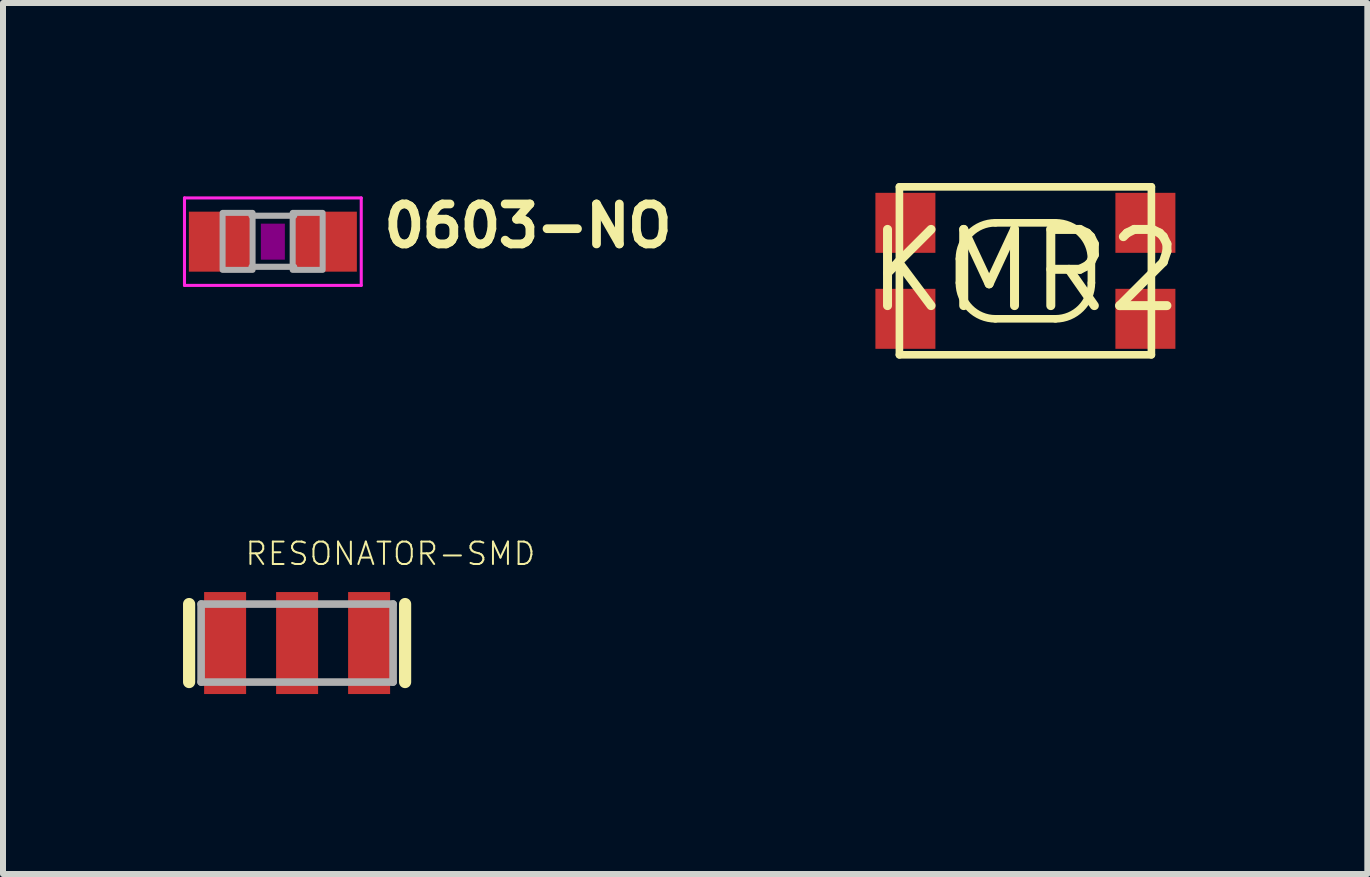
<source format=kicad_pcb>
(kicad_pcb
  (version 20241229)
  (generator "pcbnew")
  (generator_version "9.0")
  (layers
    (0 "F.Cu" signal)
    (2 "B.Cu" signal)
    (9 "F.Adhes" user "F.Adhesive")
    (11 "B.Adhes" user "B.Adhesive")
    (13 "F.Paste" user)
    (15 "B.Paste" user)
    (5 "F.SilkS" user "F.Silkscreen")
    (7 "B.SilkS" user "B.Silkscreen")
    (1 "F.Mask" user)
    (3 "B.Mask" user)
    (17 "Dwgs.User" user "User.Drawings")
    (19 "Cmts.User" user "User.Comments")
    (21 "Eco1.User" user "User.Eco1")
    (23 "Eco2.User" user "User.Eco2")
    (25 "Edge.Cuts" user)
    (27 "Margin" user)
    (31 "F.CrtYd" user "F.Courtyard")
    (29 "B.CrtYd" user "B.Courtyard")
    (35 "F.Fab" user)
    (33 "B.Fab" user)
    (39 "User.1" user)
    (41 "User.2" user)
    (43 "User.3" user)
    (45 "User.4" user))
  (footprint "KMR2"
    (layer "F.Cu")
    (at 14.041 1.464)
    (property "Reference" "KMR2" (at 0 0 0) (layer "F.SilkS") (effects (font (size 1.27 1.27) (thickness 0.15))))
    (fp_line (start -2.1 -1.4) (end 2.1 -1.4) (stroke (width 0.127) (type solid)) (layer "F.SilkS"))
    (fp_line (start -2.1 1.4) (end -2.1 -1.4) (stroke (width 0.127) (type solid)) (layer "F.SilkS"))
    (fp_line (start -1.1 0.2) (end -1.1 -0.2) (stroke (width 0.127) (type solid)) (layer "F.SilkS"))
    (fp_line (start -0.5 -0.8) (end 0.5 -0.8) (stroke (width 0.127) (type solid)) (layer "F.SilkS"))
    (fp_line (start 0.5 0.8) (end -0.5 0.8) (stroke (width 0.127) (type solid)) (layer "F.SilkS"))
    (fp_line (start 1.1 -0.2) (end 1.1 0.2) (stroke (width 0.127) (type solid)) (layer "F.SilkS"))
    (fp_line (start 2.1 -1.4) (end 2.1 1.4) (stroke (width 0.127) (type solid)) (layer "F.SilkS"))
    (fp_line (start 2.1 1.4) (end -2.1 1.4) (stroke (width 0.127) (type solid)) (layer "F.SilkS"))
    (fp_arc (start -1.1 -0.2) (mid -0.924263 -0.624264) (end -0.499998 -0.8) (stroke (width 0.127) (type solid)) (layer "F.SilkS"))
    (fp_arc (start -0.5 0.8) (mid -0.924264 0.624263) (end -1.1 0.199998) (stroke (width 0.127) (type solid)) (layer "F.SilkS"))
    (fp_arc (start 0.5 -0.8) (mid 0.924264 -0.624263) (end 1.1 -0.199998) (stroke (width 0.127) (type solid)) (layer "F.SilkS"))
    (fp_arc (start 1.1 0.2) (mid 0.924263 0.624264) (end 0.499998 0.8) (stroke (width 0.127) (type solid)) (layer "F.SilkS"))
    (pad "1" smd rect (at 2 -0.8) (size 1 1) (layers "F.Cu" "F.Mask" "F.Paste"))
    (pad "2" smd rect (at 2 0.8) (size 1 1) (layers "F.Cu" "F.Mask" "F.Paste"))
    (pad "3" smd rect (at -2 -0.8) (size 1 1) (layers "F.Cu" "F.Mask" "F.Paste"))
    (pad "4" smd rect (at -2 0.8) (size 1 1) (layers "F.Cu" "F.Mask" "F.Paste")))
  (footprint "0603-NO"
    (layer "F.Cu")
    (at 1.498 0.978)
    (property "Reference" "0603-NO" (at 1.778 0.127 0) (unlocked yes) (layer "F.SilkS") (effects (font (size 0.666 0.666) (thickness 0.146)) (justify left bottom)))
    (fp_poly (pts (xy -0.2 0.3) (xy 0.2 0.3) (xy 0.2 -0.3) (xy -0.2 -0.3)) (stroke (width 0) (type default)) (fill yes) (layer "F.Adhes"))
    (fp_line (start -1.473 -0.729) (end 1.473 -0.729) (stroke (width 0.051) (type solid)) (layer "F.CrtYd"))
    (fp_line (start -1.473 0.729) (end -1.473 -0.729) (stroke (width 0.051) (type solid)) (layer "F.CrtYd"))
    (fp_line (start 1.473 -0.729) (end 1.473 0.729) (stroke (width 0.051) (type solid)) (layer "F.CrtYd"))
    (fp_line (start 1.473 0.729) (end -1.473 0.729) (stroke (width 0.051) (type solid)) (layer "F.CrtYd"))
    (fp_line (start -0.356 -0.432) (end 0.356 -0.432) (stroke (width 0.102) (type solid)) (layer "F.Fab"))
    (fp_line (start -0.356 0.419) (end 0.356 0.419) (stroke (width 0.102) (type solid)) (layer "F.Fab"))
    (fp_poly (pts (xy -0.838 0.47) (xy -0.338 0.47) (xy -0.338 -0.48) (xy -0.838 -0.48)) (stroke (width 0.1) (type default)) (fill no) (layer "F.Fab"))
    (fp_poly (pts (xy 0.33 0.47) (xy 0.83 0.47) (xy 0.83 -0.48) (xy 0.33 -0.48)) (stroke (width 0.1) (type default)) (fill no) (layer "F.Fab"))
    (pad "1" smd rect (at -0.85 0) (size 1.1 1) (layers "F.Cu" "F.Mask" "F.Paste"))
    (pad "2" smd rect (at 0.85 0) (size 1.1 1) (layers "F.Cu" "F.Mask" "F.Paste")))
  (footprint "RESONATOR-SMD"
    (layer "F.Cu")
    (at 1.902 7.668)
    (property "Reference" "RESONATOR-SMD" (at -0.889 -1.27 0) (unlocked yes) (layer "F.SilkS") (effects (font (size 0.374 0.374) (thickness 0.033)) (justify left bottom)))
    (fp_line (start -1.8 0.65) (end -1.8 -0.65) (stroke (width 0.203) (type solid)) (layer "F.SilkS"))
    (fp_line (start 1.8 -0.65) (end 1.8 0.65) (stroke (width 0.203) (type solid)) (layer "F.SilkS"))
    (fp_line (start -1.6 -0.65) (end 1.6 -0.65) (stroke (width 0.127) (type solid)) (layer "F.Fab"))
    (fp_line (start -1.6 0.65) (end -1.6 -0.65) (stroke (width 0.127) (type solid)) (layer "F.Fab"))
    (fp_line (start 1.6 -0.65) (end 1.6 0.65) (stroke (width 0.127) (type solid)) (layer "F.Fab"))
    (fp_line (start 1.6 0.65) (end -1.6 0.65) (stroke (width 0.127) (type solid)) (layer "F.Fab"))
    (pad "1" smd rect (at -1.2 0) (size 0.7 1.7) (layers "F.Cu" "F.Mask" "F.Paste"))
    (pad "2" smd rect (at 0 0) (size 0.7 1.7) (layers "F.Cu" "F.Mask" "F.Paste"))
    (pad "3" smd rect (at 1.2 0) (size 0.7 1.7) (layers "F.Cu" "F.Mask" "F.Paste")))
  (gr_rect
    (start -3 -3)
    (end 19.74 11.518)
    (stroke (width 0.1) (type default))
    (fill no)
    (layer "Edge.Cuts")))
</source>
